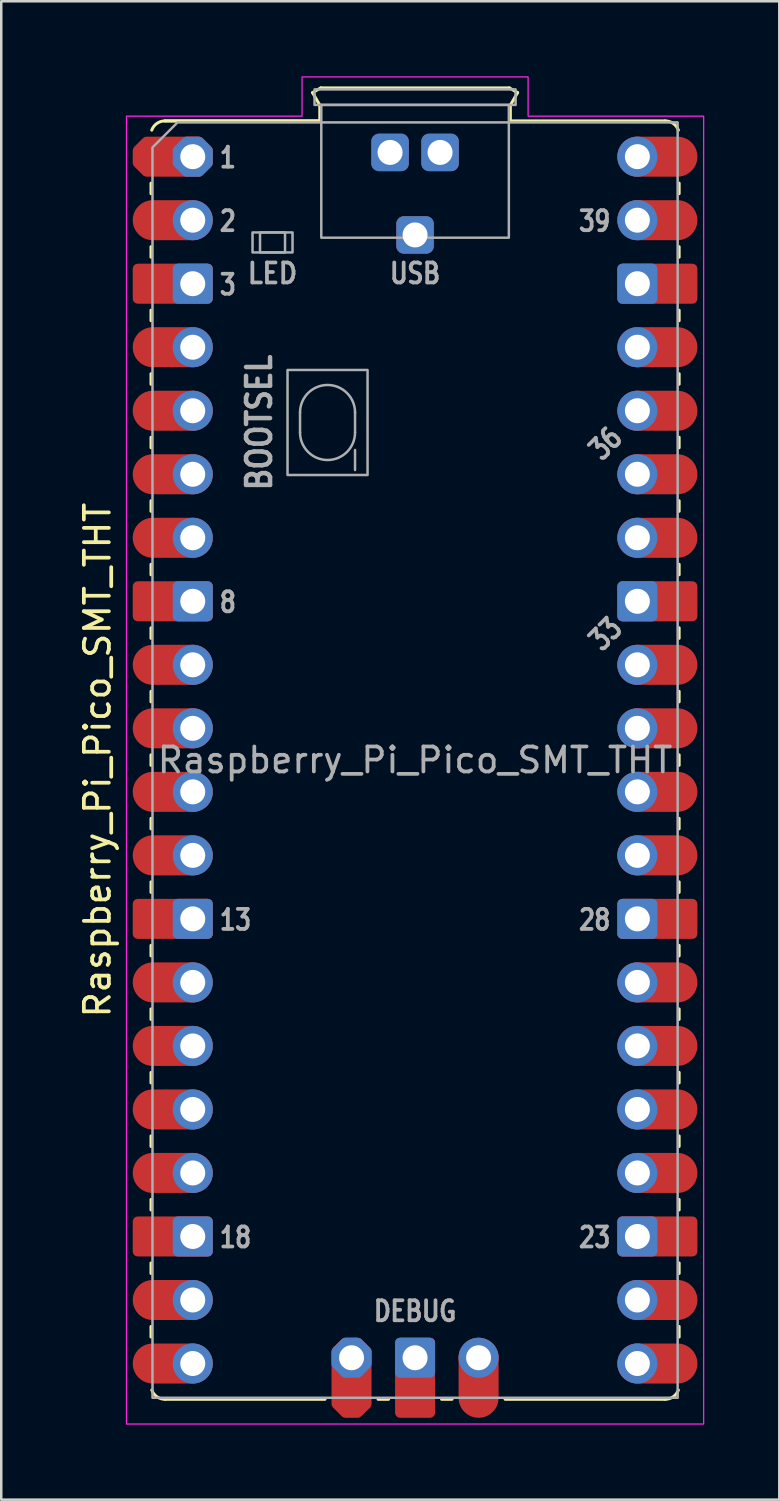
<source format=kicad_pcb>
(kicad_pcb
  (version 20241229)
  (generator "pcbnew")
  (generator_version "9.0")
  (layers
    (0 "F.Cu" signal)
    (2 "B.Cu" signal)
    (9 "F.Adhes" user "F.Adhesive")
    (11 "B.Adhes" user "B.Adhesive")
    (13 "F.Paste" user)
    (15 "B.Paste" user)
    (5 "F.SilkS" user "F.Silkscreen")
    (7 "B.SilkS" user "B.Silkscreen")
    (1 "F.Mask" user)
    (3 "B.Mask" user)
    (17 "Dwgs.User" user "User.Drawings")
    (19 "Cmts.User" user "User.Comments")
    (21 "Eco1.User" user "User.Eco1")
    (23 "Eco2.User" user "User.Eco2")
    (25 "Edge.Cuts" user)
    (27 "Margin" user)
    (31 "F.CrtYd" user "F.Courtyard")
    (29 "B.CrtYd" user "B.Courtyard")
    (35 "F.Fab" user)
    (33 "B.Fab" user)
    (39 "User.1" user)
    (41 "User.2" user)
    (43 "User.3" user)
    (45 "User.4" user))
  (footprint "Raspberry_Pi_Pico_SMT_THT"
    (layer "F.Cu")
    (at 4.658 3.215)
    (property "Reference" "Raspberry_Pi_Pico_SMT_THT" (at -3.81 24.13 270) (layer "F.SilkS") (effects (font (size 1 1) (thickness 0.15))))
    (attr through_hole)
    (fp_line (start -1.67 1.06) (end -1.67 1.48) (stroke (width 0.12) (type solid)) (layer "F.SilkS"))
    (fp_line (start -1.67 3.6) (end -1.67 4.02) (stroke (width 0.12) (type solid)) (layer "F.SilkS"))
    (fp_line (start -1.67 6.14) (end -1.67 6.56) (stroke (width 0.12) (type solid)) (layer "F.SilkS"))
    (fp_line (start -1.67 8.68) (end -1.67 9.1) (stroke (width 0.12) (type solid)) (layer "F.SilkS"))
    (fp_line (start -1.67 11.22) (end -1.67 11.64) (stroke (width 0.12) (type solid)) (layer "F.SilkS"))
    (fp_line (start -1.67 13.76) (end -1.67 14.18) (stroke (width 0.12) (type solid)) (layer "F.SilkS"))
    (fp_line (start -1.67 16.3) (end -1.67 16.72) (stroke (width 0.12) (type solid)) (layer "F.SilkS"))
    (fp_line (start -1.67 18.84) (end -1.67 19.26) (stroke (width 0.12) (type solid)) (layer "F.SilkS"))
    (fp_line (start -1.67 21.38) (end -1.67 21.8) (stroke (width 0.12) (type solid)) (layer "F.SilkS"))
    (fp_line (start -1.67 23.92) (end -1.67 24.34) (stroke (width 0.12) (type solid)) (layer "F.SilkS"))
    (fp_line (start -1.67 26.46) (end -1.67 26.88) (stroke (width 0.12) (type solid)) (layer "F.SilkS"))
    (fp_line (start -1.67 29) (end -1.67 29.42) (stroke (width 0.12) (type solid)) (layer "F.SilkS"))
    (fp_line (start -1.67 31.54) (end -1.67 31.96) (stroke (width 0.12) (type solid)) (layer "F.SilkS"))
    (fp_line (start -1.67 34.08) (end -1.67 34.5) (stroke (width 0.12) (type solid)) (layer "F.SilkS"))
    (fp_line (start -1.67 36.62) (end -1.67 37.04) (stroke (width 0.12) (type solid)) (layer "F.SilkS"))
    (fp_line (start -1.67 39.16) (end -1.67 39.58) (stroke (width 0.12) (type solid)) (layer "F.SilkS"))
    (fp_line (start -1.67 41.7) (end -1.67 42.12) (stroke (width 0.12) (type solid)) (layer "F.SilkS"))
    (fp_line (start -1.67 44.24) (end -1.67 44.66) (stroke (width 0.12) (type solid)) (layer "F.SilkS"))
    (fp_line (start -1.67 46.78) (end -1.67 47.2) (stroke (width 0.12) (type solid)) (layer "F.SilkS"))
    (fp_line (start -1.11 -1.43) (end 5.08 -1.43) (stroke (width 0.12) (type solid)) (layer "F.SilkS"))
    (fp_line (start -1.11 49.69) (end 5.29 49.69) (stroke (width 0.12) (type solid)) (layer "F.SilkS"))
    (fp_line (start 4.79 -2.56) (end 5.12 -2.75) (stroke (width 0.12) (type solid)) (layer "F.SilkS"))
    (fp_line (start 5.08 -2.06) (end 4.79 -2.56) (stroke (width 0.12) (type solid)) (layer "F.SilkS"))
    (fp_line (start 5.08 -1.43) (end -1.11 -1.43) (stroke (width 0.12) (type solid)) (layer "F.SilkS"))
    (fp_line (start 5.08 -1.43) (end 5.08 -2.06) (stroke (width 0.12) (type solid)) (layer "F.SilkS"))
    (fp_line (start 5.12 -2.75) (end 12.66 -2.75) (stroke (width 0.12) (type solid)) (layer "F.SilkS"))
    (fp_line (start 7.41 49.69) (end 7.83 49.69) (stroke (width 0.12) (type solid)) (layer "F.SilkS"))
    (fp_line (start 9.95 49.69) (end 10.37 49.69) (stroke (width 0.12) (type solid)) (layer "F.SilkS"))
    (fp_line (start 12.49 49.69) (end 18.89 49.69) (stroke (width 0.12) (type solid)) (layer "F.SilkS"))
    (fp_line (start 12.66 -2.75) (end 12.99 -2.56) (stroke (width 0.12) (type solid)) (layer "F.SilkS"))
    (fp_line (start 12.7 -2.06) (end 12.7 -1.43) (stroke (width 0.12) (type solid)) (layer "F.SilkS"))
    (fp_line (start 12.99 -2.56) (end 12.7 -2.06) (stroke (width 0.12) (type solid)) (layer "F.SilkS"))
    (fp_line (start 18.89 -1.43) (end 12.7 -1.43) (stroke (width 0.12) (type solid)) (layer "F.SilkS"))
    (fp_line (start 19.45 1.06) (end 19.45 1.48) (stroke (width 0.12) (type solid)) (layer "F.SilkS"))
    (fp_line (start 19.45 3.6) (end 19.45 4.02) (stroke (width 0.12) (type solid)) (layer "F.SilkS"))
    (fp_line (start 19.45 6.14) (end 19.45 6.56) (stroke (width 0.12) (type solid)) (layer "F.SilkS"))
    (fp_line (start 19.45 8.68) (end 19.45 9.1) (stroke (width 0.12) (type solid)) (layer "F.SilkS"))
    (fp_line (start 19.45 11.22) (end 19.45 11.64) (stroke (width 0.12) (type solid)) (layer "F.SilkS"))
    (fp_line (start 19.45 13.76) (end 19.45 14.18) (stroke (width 0.12) (type solid)) (layer "F.SilkS"))
    (fp_line (start 19.45 16.3) (end 19.45 16.72) (stroke (width 0.12) (type solid)) (layer "F.SilkS"))
    (fp_line (start 19.45 18.84) (end 19.45 19.26) (stroke (width 0.12) (type solid)) (layer "F.SilkS"))
    (fp_line (start 19.45 21.38) (end 19.45 21.8) (stroke (width 0.12) (type solid)) (layer "F.SilkS"))
    (fp_line (start 19.45 23.92) (end 19.45 24.34) (stroke (width 0.12) (type solid)) (layer "F.SilkS"))
    (fp_line (start 19.45 26.46) (end 19.45 26.88) (stroke (width 0.12) (type solid)) (layer "F.SilkS"))
    (fp_line (start 19.45 29) (end 19.45 29.42) (stroke (width 0.12) (type solid)) (layer "F.SilkS"))
    (fp_line (start 19.45 31.54) (end 19.45 31.96) (stroke (width 0.12) (type solid)) (layer "F.SilkS"))
    (fp_line (start 19.45 34.08) (end 19.45 34.5) (stroke (width 0.12) (type solid)) (layer "F.SilkS"))
    (fp_line (start 19.45 36.62) (end 19.45 37.04) (stroke (width 0.12) (type solid)) (layer "F.SilkS"))
    (fp_line (start 19.45 39.16) (end 19.45 39.58) (stroke (width 0.12) (type solid)) (layer "F.SilkS"))
    (fp_line (start 19.45 41.7) (end 19.45 42.12) (stroke (width 0.12) (type solid)) (layer "F.SilkS"))
    (fp_line (start 19.45 44.24) (end 19.45 44.66) (stroke (width 0.12) (type solid)) (layer "F.SilkS"))
    (fp_line (start 19.45 46.78) (end 19.45 47.2) (stroke (width 0.12) (type solid)) (layer "F.SilkS"))
    (fp_arc (start -1.64 -1.06) (mid -1.433508 -1.328808) (end -1.11 -1.43) (stroke (width 0.12) (type solid)) (layer "F.SilkS"))
    (fp_arc (start -1.11 49.69) (mid -1.433508 49.588809) (end -1.64 49.32) (stroke (width 0.12) (type solid)) (layer "F.SilkS"))
    (fp_arc (start 18.89 -1.43) (mid 19.213508 -1.328809) (end 19.42 -1.06) (stroke (width 0.12) (type solid)) (layer "F.SilkS"))
    (fp_arc (start 19.42 49.32) (mid 19.213508 49.588808) (end 18.89 49.69) (stroke (width 0.12) (type solid)) (layer "F.SilkS"))
    (fp_poly (pts (xy 13.41 -1.62) (xy 20.43 -1.62) (xy 20.43 50.68) (xy -2.65 50.68) (xy -2.65 -1.62) (xy 4.37 -1.62) (xy 4.37 -3.19) (xy 13.41 -3.19)) (stroke (width 0.05) (type solid)) (fill no) (layer "F.CrtYd"))
    (fp_line (start 4.29 10.23) (end 4.29 11.03) (stroke (width 0.1) (type solid)) (layer "F.Fab"))
    (fp_line (start 6.49 10.23) (end 6.49 11.03) (stroke (width 0.1) (type solid)) (layer "F.Fab"))
    (fp_line (start 6.49 11.73) (end 6.49 12.53) (stroke (width 0.1) (type solid)) (layer "F.Fab"))
    (fp_rect (start 2.39 3.03) (end 3.99 3.83) (stroke (width 0.1) (type solid)) (fill no) (layer "F.Fab"))
    (fp_rect (start 2.69 3.03) (end 3.69 3.83) (stroke (width 0.1) (type solid)) (fill no) (layer "F.Fab"))
    (fp_rect (start 3.79 8.53) (end 6.99 12.73) (stroke (width 0.1) (type solid)) (fill no) (layer "F.Fab"))
    (fp_rect (start 4.87 -2.69) (end 12.91 -2.07) (stroke (width 0.1) (type solid)) (fill no) (layer "F.Fab"))
    (fp_rect (start 5.14 -2.07) (end 12.64 3.24) (stroke (width 0.1) (type solid)) (fill no) (layer "F.Fab"))
    (fp_arc (start 4.29 10.23) (mid 5.39 9.13) (end 6.49 10.23) (stroke (width 0.1) (type solid)) (layer "F.Fab"))
    (fp_arc (start 6.49 11.03) (mid 5.39 12.13) (end 4.29 11.03) (stroke (width 0.1) (type solid)) (layer "F.Fab"))
    (fp_poly (pts (xy 19.39 49.63) (xy -1.61 49.63) (xy -1.61 -0.37) (xy -0.61 -1.37) (xy 19.39 -1.37)) (stroke (width 0.1) (type solid)) (fill no) (layer "F.Fab"))
    (fp_text user "18" (at 1 43.218 0) (unlocked yes) (layer "F.Fab") (effects (font (size 0.8 0.64) (thickness 0.15)) (justify left)))
    (fp_text user "1" (at 1 0.038 0) (unlocked yes) (layer "F.Fab") (effects (font (size 0.8 0.64) (thickness 0.15)) (justify left)))
    (fp_text user "3" (at 1 5.118 0) (unlocked yes) (layer "F.Fab") (effects (font (size 0.8 0.64) (thickness 0.15)) (justify left)))
    (fp_text user "${REFERENCE}" (at 8.89 24.13 0) (unlocked yes) (layer "F.Fab") (effects (font (size 1 1) (thickness 0.15))))
    (fp_text user "39" (at 16.78 2.578 0) (unlocked yes) (layer "F.Fab") (effects (font (size 0.8 0.64) (thickness 0.15)) (justify right)))
    (fp_text user "36" (at 16.51 11.468 45) (unlocked yes) (layer "F.Fab") (effects (font (size 0.8 0.64) (thickness 0.15))))
    (fp_text user "28" (at 16.78 30.518 0) (unlocked yes) (layer "F.Fab") (effects (font (size 0.8 0.64) (thickness 0.15)) (justify right)))
    (fp_text user "2" (at 1 2.578 0) (unlocked yes) (layer "F.Fab") (effects (font (size 0.8 0.64) (thickness 0.15)) (justify left)))
    (fp_text user "13" (at 1 30.518 0) (unlocked yes) (layer "F.Fab") (effects (font (size 0.8 0.64) (thickness 0.15)) (justify left)))
    (fp_text user "33" (at 16.51 19.088 45) (unlocked yes) (layer "F.Fab") (effects (font (size 0.8 0.64) (thickness 0.15))))
    (fp_text user "BOOTSEL" (at 2.656 10.63 90) (unlocked yes) (layer "F.Fab") (effects (font (size 0.96 0.825) (thickness 0.18))))
    (fp_text user "USB" (at 8.89 4.668 0) (unlocked yes) (layer "F.Fab") (effects (font (size 0.8 0.66) (thickness 0.15))))
    (fp_text user "DEBUG" (at 8.89 46.168 0) (unlocked yes) (layer "F.Fab") (effects (font (size 0.8 0.66) (thickness 0.15))))
    (fp_text user "LED" (at 3.19 4.668 0) (unlocked yes) (layer "F.Fab") (effects (font (size 0.8 0.72) (thickness 0.15))))
    (fp_text user "23" (at 16.78 43.218 0) (unlocked yes) (layer "F.Fab") (effects (font (size 0.8 0.64) (thickness 0.15)) (justify right)))
    (fp_text user "8" (at 1 17.818 0) (unlocked yes) (layer "F.Fab") (effects (font (size 0.8 0.64) (thickness 0.15)) (justify left)))
    (pad "1" smd custom (at -1.6 0) (size 1.6 1.6) (layers "F.Cu" "F.Mask") (options (anchor circle)) (primitives (gr_poly (pts (xy 2.2 0.249) (xy 1.849 0.6) (xy -0.249 0.6) (xy -0.6 0.249) (xy -0.6 -0.249) (xy -0.249 -0.6) (xy 1.849 -0.6) (xy 2.2 -0.249)) (width 0.4) (fill yes))))
    (pad "1" thru_hole custom (at 0 0) (size 1.6 1.6) (drill 1) (layers "*.Cu" "*.Mask") (options (anchor circle)) (primitives (gr_poly (pts (xy 0.6 0.249) (xy 0.249 0.6) (xy -0.249 0.6) (xy -0.6 0.249) (xy -0.6 -0.249) (xy -0.249 -0.6) (xy 0.249 -0.6) (xy 0.6 -0.249)) (width 0.4) (fill yes))))
    (pad "2" smd oval (at -1.6 2.54) (size 3.2 1.6) (drill (offset 0.8 0)) (layers "F.Cu" "F.Mask"))
    (pad "2" thru_hole circle (at 0 2.54) (size 1.6 1.6) (drill 1) (layers "*.Cu" "*.Mask"))
    (pad "3" smd roundrect (at -1.6 5.08) (size 3.2 1.6) (drill (offset 0.8 0)) (layers "F.Cu" "F.Mask") (roundrect_rratio 0.125))
    (pad "3" thru_hole roundrect (at 0 5.08) (size 1.6 1.6) (drill 1) (layers "*.Cu" "*.Mask") (roundrect_rratio 0.125))
    (pad "4" smd oval (at -1.6 7.62) (size 3.2 1.6) (drill (offset 0.8 0)) (layers "F.Cu" "F.Mask"))
    (pad "4" thru_hole circle (at 0 7.62) (size 1.6 1.6) (drill 1) (layers "*.Cu" "*.Mask"))
    (pad "5" smd oval (at -1.6 10.16) (size 3.2 1.6) (drill (offset 0.8 0)) (layers "F.Cu" "F.Mask"))
    (pad "5" thru_hole circle (at 0 10.16) (size 1.6 1.6) (drill 1) (layers "*.Cu" "*.Mask"))
    (pad "6" smd oval (at -1.6 12.7) (size 3.2 1.6) (drill (offset 0.8 0)) (layers "F.Cu" "F.Mask"))
    (pad "6" thru_hole circle (at 0 12.7) (size 1.6 1.6) (drill 1) (layers "*.Cu" "*.Mask"))
    (pad "7" smd oval (at -1.6 15.24) (size 3.2 1.6) (drill (offset 0.8 0)) (layers "F.Cu" "F.Mask"))
    (pad "7" thru_hole circle (at 0 15.24) (size 1.6 1.6) (drill 1) (layers "*.Cu" "*.Mask"))
    (pad "8" smd roundrect (at -1.6 17.78) (size 3.2 1.6) (drill (offset 0.8 0)) (layers "F.Cu" "F.Mask") (roundrect_rratio 0.125))
    (pad "8" thru_hole roundrect (at 0 17.78) (size 1.6 1.6) (drill 1) (layers "*.Cu" "*.Mask") (roundrect_rratio 0.125))
    (pad "9" smd oval (at -1.6 20.32) (size 3.2 1.6) (drill (offset 0.8 0)) (layers "F.Cu" "F.Mask"))
    (pad "9" thru_hole circle (at 0 20.32) (size 1.6 1.6) (drill 1) (layers "*.Cu" "*.Mask"))
    (pad "10" smd oval (at -1.6 22.86) (size 3.2 1.6) (drill (offset 0.8 0)) (layers "F.Cu" "F.Mask"))
    (pad "10" thru_hole circle (at 0 22.86) (size 1.6 1.6) (drill 1) (layers "*.Cu" "*.Mask"))
    (pad "11" smd oval (at -1.6 25.4) (size 3.2 1.6) (drill (offset 0.8 0)) (layers "F.Cu" "F.Mask"))
    (pad "11" thru_hole circle (at 0 25.4) (size 1.6 1.6) (drill 1) (layers "*.Cu" "*.Mask"))
    (pad "12" smd oval (at -1.6 27.94) (size 3.2 1.6) (drill (offset 0.8 0)) (layers "F.Cu" "F.Mask"))
    (pad "12" thru_hole circle (at 0 27.94) (size 1.6 1.6) (drill 1) (layers "*.Cu" "*.Mask"))
    (pad "13" smd roundrect (at -1.6 30.48) (size 3.2 1.6) (drill (offset 0.8 0)) (layers "F.Cu" "F.Mask") (roundrect_rratio 0.125))
    (pad "13" thru_hole roundrect (at 0 30.48) (size 1.6 1.6) (drill 1) (layers "*.Cu" "*.Mask") (roundrect_rratio 0.125))
    (pad "14" smd oval (at -1.6 33.02) (size 3.2 1.6) (drill (offset 0.8 0)) (layers "F.Cu" "F.Mask"))
    (pad "14" thru_hole circle (at 0 33.02) (size 1.6 1.6) (drill 1) (layers "*.Cu" "*.Mask"))
    (pad "15" smd oval (at -1.6 35.56) (size 3.2 1.6) (drill (offset 0.8 0)) (layers "F.Cu" "F.Mask"))
    (pad "15" thru_hole circle (at 0 35.56) (size 1.6 1.6) (drill 1) (layers "*.Cu" "*.Mask"))
    (pad "16" smd oval (at -1.6 38.1) (size 3.2 1.6) (drill (offset 0.8 0)) (layers "F.Cu" "F.Mask"))
    (pad "16" thru_hole circle (at 0 38.1) (size 1.6 1.6) (drill 1) (layers "*.Cu" "*.Mask"))
    (pad "17" smd oval (at -1.6 40.64) (size 3.2 1.6) (drill (offset 0.8 0)) (layers "F.Cu" "F.Mask"))
    (pad "17" thru_hole circle (at 0 40.64) (size 1.6 1.6) (drill 1) (layers "*.Cu" "*.Mask"))
    (pad "18" smd roundrect (at -1.6 43.18) (size 3.2 1.6) (drill (offset 0.8 0)) (layers "F.Cu" "F.Mask") (roundrect_rratio 0.125))
    (pad "18" thru_hole roundrect (at 0 43.18) (size 1.6 1.6) (drill 1) (layers "*.Cu" "*.Mask") (roundrect_rratio 0.125))
    (pad "19" smd oval (at -1.6 45.72) (size 3.2 1.6) (drill (offset 0.8 0)) (layers "F.Cu" "F.Mask"))
    (pad "19" thru_hole circle (at 0 45.72) (size 1.6 1.6) (drill 1) (layers "*.Cu" "*.Mask"))
    (pad "20" smd oval (at -1.6 48.26) (size 3.2 1.6) (drill (offset 0.8 0)) (layers "F.Cu" "F.Mask"))
    (pad "20" thru_hole circle (at 0 48.26) (size 1.6 1.6) (drill 1) (layers "*.Cu" "*.Mask"))
    (pad "21" thru_hole circle (at 17.78 48.26) (size 1.6 1.6) (drill 1) (layers "*.Cu" "*.Mask"))
    (pad "21" smd oval (at 19.38 48.26) (size 3.2 1.6) (drill (offset -0.8 0)) (layers "F.Cu" "F.Mask"))
    (pad "22" thru_hole circle (at 17.78 45.72) (size 1.6 1.6) (drill 1) (layers "*.Cu" "*.Mask"))
    (pad "22" smd oval (at 19.38 45.72) (size 3.2 1.6) (drill (offset -0.8 0)) (layers "F.Cu" "F.Mask"))
    (pad "23" thru_hole roundrect (at 17.78 43.18) (size 1.6 1.6) (drill 1) (layers "*.Cu" "*.Mask") (roundrect_rratio 0.125))
    (pad "23" smd roundrect (at 19.38 43.18) (size 3.2 1.6) (drill (offset -0.8 0)) (layers "F.Cu" "F.Mask") (roundrect_rratio 0.125))
    (pad "24" thru_hole circle (at 17.78 40.64) (size 1.6 1.6) (drill 1) (layers "*.Cu" "*.Mask"))
    (pad "24" smd oval (at 19.38 40.64) (size 3.2 1.6) (drill (offset -0.8 0)) (layers "F.Cu" "F.Mask"))
    (pad "25" thru_hole circle (at 17.78 38.1) (size 1.6 1.6) (drill 1) (layers "*.Cu" "*.Mask"))
    (pad "25" smd oval (at 19.38 38.1) (size 3.2 1.6) (drill (offset -0.8 0)) (layers "F.Cu" "F.Mask"))
    (pad "26" thru_hole circle (at 17.78 35.56) (size 1.6 1.6) (drill 1) (layers "*.Cu" "*.Mask"))
    (pad "26" smd oval (at 19.38 35.56) (size 3.2 1.6) (drill (offset -0.8 0)) (layers "F.Cu" "F.Mask"))
    (pad "27" thru_hole circle (at 17.78 33.02) (size 1.6 1.6) (drill 1) (layers "*.Cu" "*.Mask"))
    (pad "27" smd oval (at 19.38 33.02) (size 3.2 1.6) (drill (offset -0.8 0)) (layers "F.Cu" "F.Mask"))
    (pad "28" thru_hole roundrect (at 17.78 30.48) (size 1.6 1.6) (drill 1) (layers "*.Cu" "*.Mask") (roundrect_rratio 0.125))
    (pad "28" smd roundrect (at 19.38 30.48) (size 3.2 1.6) (drill (offset -0.8 0)) (layers "F.Cu" "F.Mask") (roundrect_rratio 0.125))
    (pad "29" thru_hole circle (at 17.78 27.94) (size 1.6 1.6) (drill 1) (layers "*.Cu" "*.Mask"))
    (pad "29" smd oval (at 19.38 27.94) (size 3.2 1.6) (drill (offset -0.8 0)) (layers "F.Cu" "F.Mask"))
    (pad "30" thru_hole circle (at 17.78 25.4) (size 1.6 1.6) (drill 1) (layers "*.Cu" "*.Mask"))
    (pad "30" smd oval (at 19.38 25.4) (size 3.2 1.6) (drill (offset -0.8 0)) (layers "F.Cu" "F.Mask"))
    (pad "31" thru_hole circle (at 17.78 22.86) (size 1.6 1.6) (drill 1) (layers "*.Cu" "*.Mask"))
    (pad "31" smd oval (at 19.38 22.86) (size 3.2 1.6) (drill (offset -0.8 0)) (layers "F.Cu" "F.Mask"))
    (pad "32" thru_hole circle (at 17.78 20.32) (size 1.6 1.6) (drill 1) (layers "*.Cu" "*.Mask"))
    (pad "32" smd oval (at 19.38 20.32) (size 3.2 1.6) (drill (offset -0.8 0)) (layers "F.Cu" "F.Mask"))
    (pad "33" thru_hole roundrect (at 17.78 17.78) (size 1.6 1.6) (drill 1) (layers "*.Cu" "*.Mask") (roundrect_rratio 0.125))
    (pad "33" smd roundrect (at 19.38 17.78) (size 3.2 1.6) (drill (offset -0.8 0)) (layers "F.Cu" "F.Mask") (roundrect_rratio 0.125))
    (pad "34" thru_hole circle (at 17.78 15.24) (size 1.6 1.6) (drill 1) (layers "*.Cu" "*.Mask"))
    (pad "34" smd oval (at 19.38 15.24) (size 3.2 1.6) (drill (offset -0.8 0)) (layers "F.Cu" "F.Mask"))
    (pad "35" thru_hole circle (at 17.78 12.7) (size 1.6 1.6) (drill 1) (layers "*.Cu" "*.Mask"))
    (pad "35" smd oval (at 19.38 12.7) (size 3.2 1.6) (drill (offset -0.8 0)) (layers "F.Cu" "F.Mask"))
    (pad "36" thru_hole circle (at 17.78 10.16) (size 1.6 1.6) (drill 1) (layers "*.Cu" "*.Mask"))
    (pad "36" smd oval (at 19.38 10.16) (size 3.2 1.6) (drill (offset -0.8 0)) (layers "F.Cu" "F.Mask"))
    (pad "37" thru_hole circle (at 17.78 7.62) (size 1.6 1.6) (drill 1) (layers "*.Cu" "*.Mask"))
    (pad "37" smd oval (at 19.38 7.62) (size 3.2 1.6) (drill (offset -0.8 0)) (layers "F.Cu" "F.Mask"))
    (pad "38" thru_hole roundrect (at 17.78 5.08) (size 1.6 1.6) (drill 1) (layers "*.Cu" "*.Mask") (roundrect_rratio 0.125))
    (pad "38" smd roundrect (at 19.38 5.08) (size 3.2 1.6) (drill (offset -0.8 0)) (layers "F.Cu" "F.Mask") (roundrect_rratio 0.125))
    (pad "39" thru_hole circle (at 17.78 2.54) (size 1.6 1.6) (drill 1) (layers "*.Cu" "*.Mask"))
    (pad "39" smd oval (at 19.38 2.54) (size 3.2 1.6) (drill (offset -0.8 0)) (layers "F.Cu" "F.Mask"))
    (pad "40" thru_hole circle (at 17.78 0) (size 1.6 1.6) (drill 1) (layers "*.Cu" "*.Mask"))
    (pad "40" smd oval (at 19.38 0) (size 3.2 1.6) (drill (offset -0.8 0)) (layers "F.Cu" "F.Mask"))
    (pad "41" thru_hole custom (at 6.35 48.03) (size 1.6 1.6) (drill 1) (layers "*.Cu" "*.Mask") (options (anchor circle)) (primitives (gr_poly (pts (xy 0.6 0.249) (xy 0.249 0.6) (xy -0.249 0.6) (xy -0.6 0.249) (xy -0.6 -0.249) (xy -0.249 -0.6) (xy 0.249 -0.6) (xy 0.6 -0.249)) (width 0.4) (fill yes))))
    (pad "41" smd custom (at 6.35 49.63) (size 1.6 1.6) (layers "F.Cu" "F.Mask") (options (anchor circle)) (primitives (gr_poly (pts (xy 0.6 0.249) (xy 0.249 0.6) (xy -0.249 0.6) (xy -0.6 0.249) (xy -0.6 -1.849) (xy -0.249 -2.2) (xy 0.249 -2.2) (xy 0.6 -1.849)) (width 0.4) (fill yes))))
    (pad "42" thru_hole roundrect (at 8.89 48.03) (size 1.6 1.6) (drill 1) (layers "*.Cu" "*.Mask") (roundrect_rratio 0.125))
    (pad "42" smd roundrect (at 8.89 49.63) (size 1.6 3.2) (drill (offset 0 -0.8)) (layers "F.Cu" "F.Mask") (roundrect_rratio 0.125))
    (pad "43" thru_hole circle (at 11.43 48.03) (size 1.6 1.6) (drill 1) (layers "*.Cu" "*.Mask"))
    (pad "43" smd oval (at 11.43 49.63) (size 1.6 3.2) (drill (offset 0 -0.8)) (layers "F.Cu" "F.Mask"))
    (pad "51" thru_hole roundrect (at 8.89 3.13) (size 1.5 1.5) (drill 1) (property pad_prop_testpoint) (layers "*.Cu" "*.Mask") (roundrect_rratio 0.2))
    (pad "52" thru_hole roundrect (at 9.89 -0.17) (size 1.5 1.5) (drill 1) (property pad_prop_testpoint) (layers "*.Cu" "*.Mask") (roundrect_rratio 0.2))
    (pad "53" thru_hole roundrect (at 7.89 -0.17) (size 1.5 1.5) (drill 1) (property pad_prop_testpoint) (layers "*.Cu" "*.Mask") (roundrect_rratio 0.2)))
  (gr_rect
    (start -3 -3)
    (end 28.113 56.92)
    (stroke (width 0.1) (type default))
    (fill no)
    (layer "Edge.Cuts")))
</source>
